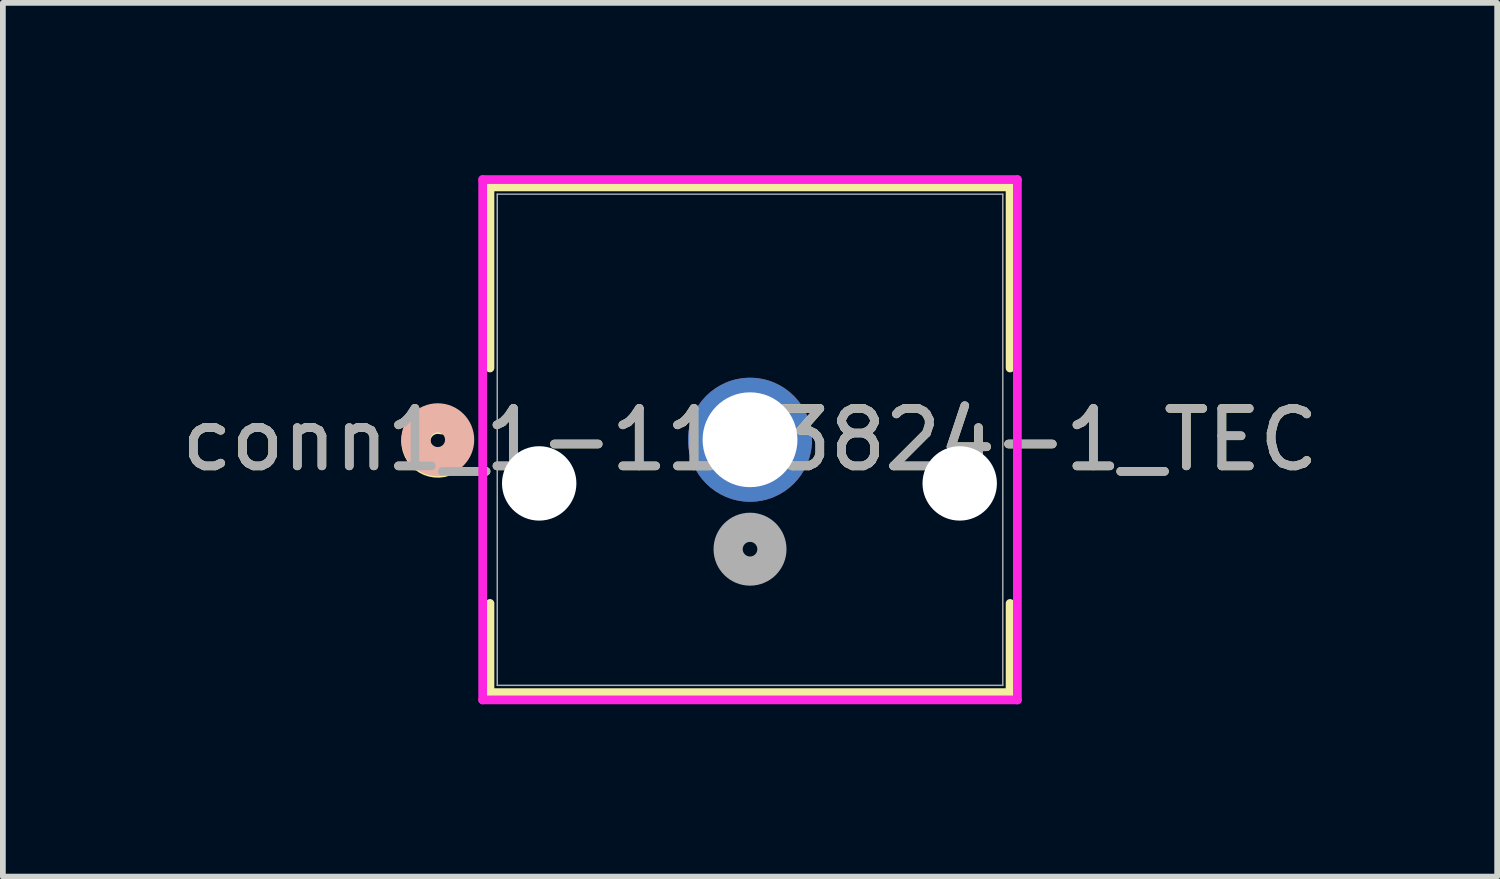
<source format=kicad_pcb>
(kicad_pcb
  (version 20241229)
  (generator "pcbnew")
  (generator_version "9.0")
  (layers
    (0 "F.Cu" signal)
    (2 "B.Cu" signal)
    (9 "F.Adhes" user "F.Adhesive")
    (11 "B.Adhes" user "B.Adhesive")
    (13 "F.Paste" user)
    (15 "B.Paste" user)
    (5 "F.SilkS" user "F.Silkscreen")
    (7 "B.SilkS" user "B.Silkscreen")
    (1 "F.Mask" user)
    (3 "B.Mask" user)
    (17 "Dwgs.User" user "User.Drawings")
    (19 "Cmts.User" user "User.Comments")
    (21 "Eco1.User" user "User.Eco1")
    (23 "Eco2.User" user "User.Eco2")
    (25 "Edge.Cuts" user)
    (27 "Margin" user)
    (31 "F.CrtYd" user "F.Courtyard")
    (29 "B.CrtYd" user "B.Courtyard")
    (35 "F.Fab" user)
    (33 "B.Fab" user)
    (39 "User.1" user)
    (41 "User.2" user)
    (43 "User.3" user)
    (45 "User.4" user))
  (footprint "conn1_1-1123824-1_TEC"
    (layer "F.Cu")
    (at 10.006 4.605)
    (property "Reference" "conn1_1-1123824-1_TEC" (at 0 0 0) (unlocked yes) (layer "F.SilkS") (effects (font (size 1 1) (thickness 0.15))))
    (attr through_hole)
    (fp_line (start -4.527 -4.402) (end -4.527 -1.249) (stroke (width 0.152) (type solid)) (layer "F.SilkS"))
    (fp_line (start -4.527 2.849) (end -4.527 4.402) (stroke (width 0.152) (type solid)) (layer "F.SilkS"))
    (fp_line (start -4.527 4.402) (end 4.527 4.402) (stroke (width 0.152) (type solid)) (layer "F.SilkS"))
    (fp_line (start 4.527 -4.402) (end -4.527 -4.402) (stroke (width 0.152) (type solid)) (layer "F.SilkS"))
    (fp_line (start 4.527 -1.249) (end 4.527 -4.402) (stroke (width 0.152) (type solid)) (layer "F.SilkS"))
    (fp_line (start 4.527 4.402) (end 4.527 2.849) (stroke (width 0.152) (type solid)) (layer "F.SilkS"))
    (fp_arc (start -5.36084 0.398993) (mid -5.8166 0.025342) (end -5.360726 -0.34817) (stroke (width 0.508) (type solid)) (layer "F.SilkS"))
    (fp_circle (center -5.436 0) (end -5.055 0) (stroke (width 0.508) (type solid)) (fill no) (layer "B.SilkS"))
    (fp_line (start -4.654 -4.529) (end -4.654 4.529) (stroke (width 0.152) (type solid)) (layer "F.CrtYd"))
    (fp_line (start -4.654 4.529) (end 4.654 4.529) (stroke (width 0.152) (type solid)) (layer "F.CrtYd"))
    (fp_line (start 4.654 -4.529) (end -4.654 -4.529) (stroke (width 0.152) (type solid)) (layer "F.CrtYd"))
    (fp_line (start 4.654 4.529) (end 4.654 -4.529) (stroke (width 0.152) (type solid)) (layer "F.CrtYd"))
    (fp_line (start -4.4 -4.275) (end -4.4 4.275) (stroke (width 0.025) (type solid)) (layer "F.Fab"))
    (fp_line (start -4.4 4.275) (end 4.4 4.275) (stroke (width 0.025) (type solid)) (layer "F.Fab"))
    (fp_line (start 4.4 -4.275) (end -4.4 -4.275) (stroke (width 0.025) (type solid)) (layer "F.Fab"))
    (fp_line (start 4.4 4.275) (end 4.4 -4.275) (stroke (width 0.025) (type solid)) (layer "F.Fab"))
    (fp_circle (center 0 1.905) (end 0.381 1.905) (stroke (width 0.508) (type solid)) (fill no) (layer "F.Fab"))
    (fp_text user "${REFERENCE}" (at 0 0 0) (unlocked yes) (layer "F.Fab") (effects (font (size 1 1) (thickness 0.15))))
    (pad "" np_thru_hole circle (at -3.67 0.76) (size 1.295 1.295) (drill oval 1.295 4) (layers "*.Cu" "*.Mask"))
    (pad "" np_thru_hole circle (at 3.65 0.76) (size 1.295 1.295) (drill oval 1.295 4) (layers "*.Cu" "*.Mask"))
    (pad "1" thru_hole circle (at 0 0) (size 2.159 2.159) (drill 1.651) (layers "*.Cu" "*.Mask")))
  (gr_rect
    (start -3 -3)
    (end 23.012 12.21)
    (stroke (width 0.1) (type default))
    (fill no)
    (layer "Edge.Cuts")))
</source>
